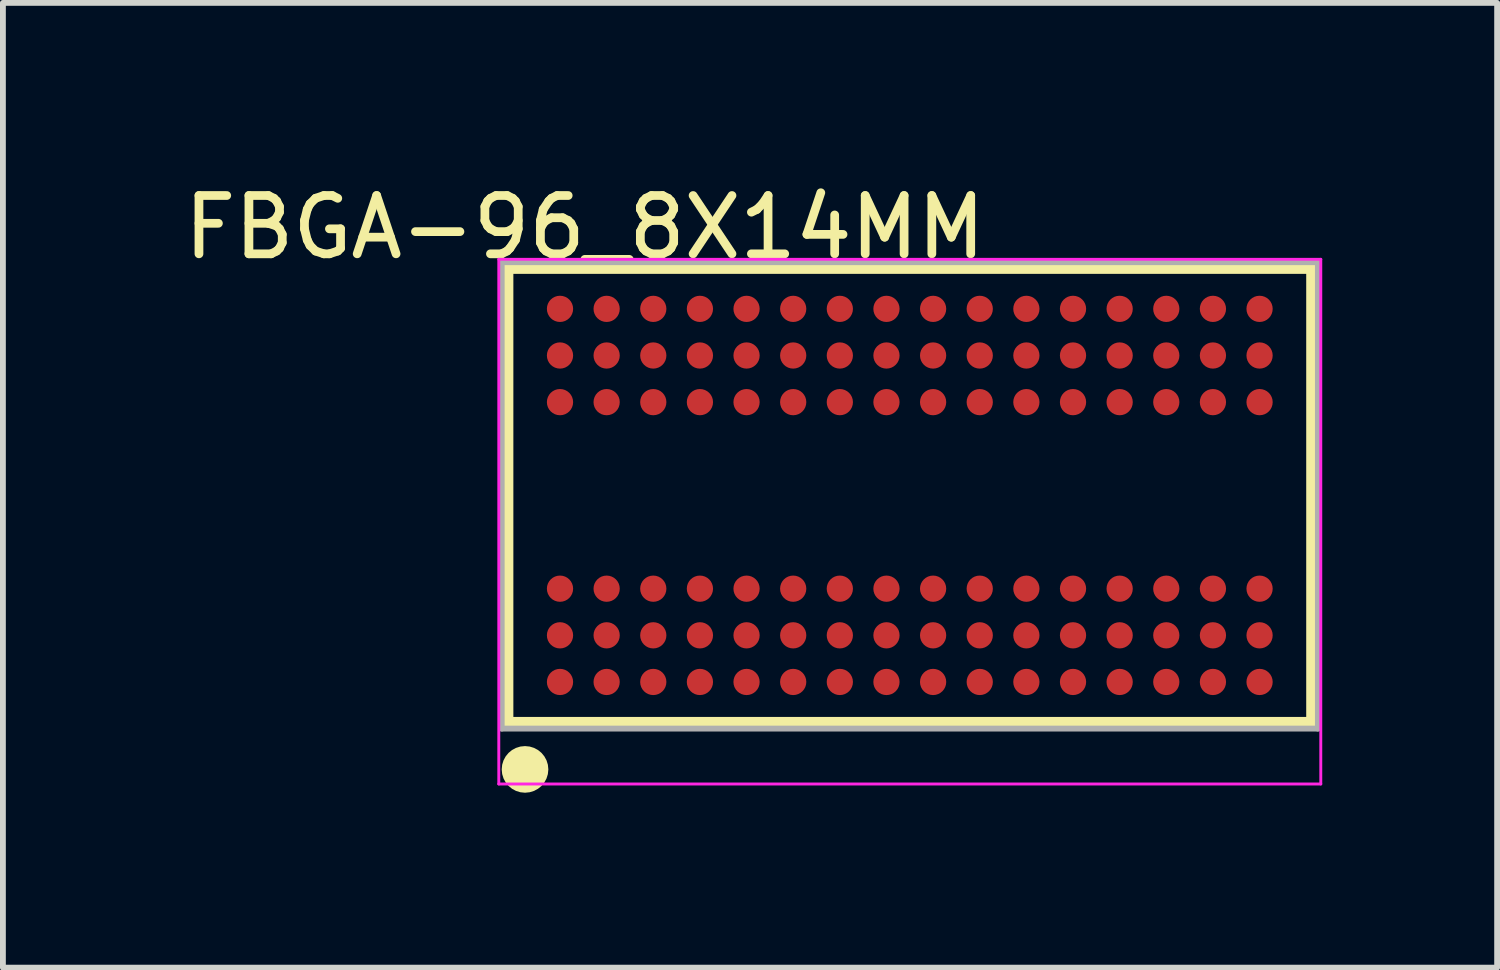
<source format=kicad_pcb>
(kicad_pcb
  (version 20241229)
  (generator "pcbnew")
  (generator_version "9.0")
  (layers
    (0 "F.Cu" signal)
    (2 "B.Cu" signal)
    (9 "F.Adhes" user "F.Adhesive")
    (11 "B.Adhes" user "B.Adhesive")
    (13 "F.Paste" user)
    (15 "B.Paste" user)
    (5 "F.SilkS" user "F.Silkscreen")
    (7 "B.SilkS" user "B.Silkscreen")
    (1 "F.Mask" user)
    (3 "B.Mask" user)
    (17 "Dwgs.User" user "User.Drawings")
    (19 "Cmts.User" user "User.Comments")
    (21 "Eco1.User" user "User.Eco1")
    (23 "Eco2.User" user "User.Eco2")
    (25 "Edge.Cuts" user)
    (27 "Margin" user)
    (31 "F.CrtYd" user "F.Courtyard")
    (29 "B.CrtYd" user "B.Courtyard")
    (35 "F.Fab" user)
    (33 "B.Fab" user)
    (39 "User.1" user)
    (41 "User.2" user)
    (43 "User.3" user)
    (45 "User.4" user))
  (footprint "FBGA-96_8X14MM"
    (layer "F.Cu")
    (at 12.556 5.448)
    (property "Reference" "FBGA-96_8X14MM" (at -5.574 -4.599 0) (layer "F.SilkS") (effects (font (size 1 1) (thickness 0.15))))
    (attr through_hole)
    (fp_line (start -6.9 -3.9) (end 6.9 -3.9) (stroke (width 0.2) (type solid)) (layer "F.SilkS"))
    (fp_line (start -6.9 3.9) (end -6.9 -3.9) (stroke (width 0.2) (type solid)) (layer "F.SilkS"))
    (fp_line (start -6.9 3.9) (end 6.9 3.9) (stroke (width 0.2) (type solid)) (layer "F.SilkS"))
    (fp_line (start 6.9 3.9) (end 6.9 -3.9) (stroke (width 0.2) (type solid)) (layer "F.SilkS"))
    (fp_circle (center -6.6 4.7) (end -6.4 4.7) (stroke (width 0.4) (type solid)) (fill no) (layer "F.SilkS"))
    (fp_line (start -7.05 -4.05) (end 7.05 -4.05) (stroke (width 0.05) (type solid)) (layer "F.CrtYd"))
    (fp_line (start -7.05 4.95) (end -7.05 -4.05) (stroke (width 0.05) (type solid)) (layer "F.CrtYd"))
    (fp_line (start 7.05 -4.05) (end 7.05 4.95) (stroke (width 0.05) (type solid)) (layer "F.CrtYd"))
    (fp_line (start 7.05 4.95) (end -7.05 4.95) (stroke (width 0.05) (type solid)) (layer "F.CrtYd"))
    (fp_line (start -7 -4) (end 7 -4) (stroke (width 0.1) (type solid)) (layer "F.Fab"))
    (fp_line (start -7 4) (end -7 -4) (stroke (width 0.1) (type solid)) (layer "F.Fab"))
    (fp_line (start -7 4) (end 7 4) (stroke (width 0.1) (type solid)) (layer "F.Fab"))
    (fp_line (start 7 4) (end 7 -4) (stroke (width 0.1) (type solid)) (layer "F.Fab"))
    (pad "A1" smd oval (at -6 3.2 90) (size 0.45 0.45) (layers "F.Cu" "F.Mask" "F.Paste"))
    (pad "A2" smd oval (at -6 2.4 90) (size 0.45 0.45) (layers "F.Cu" "F.Mask" "F.Paste"))
    (pad "A3" smd oval (at -6 1.6 90) (size 0.45 0.45) (layers "F.Cu" "F.Mask" "F.Paste"))
    (pad "A7" smd oval (at -6 -1.6 90) (size 0.45 0.45) (layers "F.Cu" "F.Mask" "F.Paste"))
    (pad "A8" smd oval (at -6 -2.4 90) (size 0.45 0.45) (layers "F.Cu" "F.Mask" "F.Paste"))
    (pad "A9" smd oval (at -6 -3.2 90) (size 0.45 0.45) (layers "F.Cu" "F.Mask" "F.Paste"))
    (pad "B1" smd oval (at -5.2 3.2 90) (size 0.45 0.45) (layers "F.Cu" "F.Mask" "F.Paste"))
    (pad "B2" smd oval (at -5.2 2.4 90) (size 0.45 0.45) (layers "F.Cu" "F.Mask" "F.Paste"))
    (pad "B3" smd oval (at -5.2 1.6 90) (size 0.45 0.45) (layers "F.Cu" "F.Mask" "F.Paste"))
    (pad "B7" smd oval (at -5.2 -1.6 90) (size 0.45 0.45) (layers "F.Cu" "F.Mask" "F.Paste"))
    (pad "B8" smd oval (at -5.2 -2.4 90) (size 0.45 0.45) (layers "F.Cu" "F.Mask" "F.Paste"))
    (pad "B9" smd oval (at -5.2 -3.2 90) (size 0.45 0.45) (layers "F.Cu" "F.Mask" "F.Paste"))
    (pad "C1" smd oval (at -4.4 3.2 90) (size 0.45 0.45) (layers "F.Cu" "F.Mask" "F.Paste"))
    (pad "C2" smd oval (at -4.4 2.4 90) (size 0.45 0.45) (layers "F.Cu" "F.Mask" "F.Paste"))
    (pad "C3" smd oval (at -4.4 1.6 90) (size 0.45 0.45) (layers "F.Cu" "F.Mask" "F.Paste"))
    (pad "C7" smd oval (at -4.4 -1.6 90) (size 0.45 0.45) (layers "F.Cu" "F.Mask" "F.Paste"))
    (pad "C8" smd oval (at -4.4 -2.4 90) (size 0.45 0.45) (layers "F.Cu" "F.Mask" "F.Paste"))
    (pad "C9" smd oval (at -4.4 -3.2 90) (size 0.45 0.45) (layers "F.Cu" "F.Mask" "F.Paste"))
    (pad "D1" smd oval (at -3.6 3.2 90) (size 0.45 0.45) (layers "F.Cu" "F.Mask" "F.Paste"))
    (pad "D2" smd oval (at -3.6 2.4 90) (size 0.45 0.45) (layers "F.Cu" "F.Mask" "F.Paste"))
    (pad "D3" smd oval (at -3.6 1.6 90) (size 0.45 0.45) (layers "F.Cu" "F.Mask" "F.Paste"))
    (pad "D7" smd oval (at -3.6 -1.6 90) (size 0.45 0.45) (layers "F.Cu" "F.Mask" "F.Paste"))
    (pad "D8" smd oval (at -3.6 -2.4 90) (size 0.45 0.45) (layers "F.Cu" "F.Mask" "F.Paste"))
    (pad "D9" smd oval (at -3.6 -3.2 90) (size 0.45 0.45) (layers "F.Cu" "F.Mask" "F.Paste"))
    (pad "E1" smd oval (at -2.8 3.2 90) (size 0.45 0.45) (layers "F.Cu" "F.Mask" "F.Paste"))
    (pad "E2" smd oval (at -2.8 2.4 90) (size 0.45 0.45) (layers "F.Cu" "F.Mask" "F.Paste"))
    (pad "E3" smd oval (at -2.8 1.6 90) (size 0.45 0.45) (layers "F.Cu" "F.Mask" "F.Paste"))
    (pad "E7" smd oval (at -2.8 -1.6 90) (size 0.45 0.45) (layers "F.Cu" "F.Mask" "F.Paste"))
    (pad "E8" smd oval (at -2.8 -2.4 90) (size 0.45 0.45) (layers "F.Cu" "F.Mask" "F.Paste"))
    (pad "E9" smd oval (at -2.8 -3.2 90) (size 0.45 0.45) (layers "F.Cu" "F.Mask" "F.Paste"))
    (pad "F1" smd oval (at -2 3.2 90) (size 0.45 0.45) (layers "F.Cu" "F.Mask" "F.Paste"))
    (pad "F2" smd oval (at -2 2.4 90) (size 0.45 0.45) (layers "F.Cu" "F.Mask" "F.Paste"))
    (pad "F3" smd oval (at -2 1.6 90) (size 0.45 0.45) (layers "F.Cu" "F.Mask" "F.Paste"))
    (pad "F7" smd oval (at -2 -1.6 90) (size 0.45 0.45) (layers "F.Cu" "F.Mask" "F.Paste"))
    (pad "F8" smd oval (at -2 -2.4 90) (size 0.45 0.45) (layers "F.Cu" "F.Mask" "F.Paste"))
    (pad "F9" smd oval (at -2 -3.2 90) (size 0.45 0.45) (layers "F.Cu" "F.Mask" "F.Paste"))
    (pad "G1" smd oval (at -1.2 3.2 90) (size 0.45 0.45) (layers "F.Cu" "F.Mask" "F.Paste"))
    (pad "G2" smd oval (at -1.2 2.4 90) (size 0.45 0.45) (layers "F.Cu" "F.Mask" "F.Paste"))
    (pad "G3" smd oval (at -1.2 1.6 90) (size 0.45 0.45) (layers "F.Cu" "F.Mask" "F.Paste"))
    (pad "G7" smd oval (at -1.2 -1.6 90) (size 0.45 0.45) (layers "F.Cu" "F.Mask" "F.Paste"))
    (pad "G8" smd oval (at -1.2 -2.4 90) (size 0.45 0.45) (layers "F.Cu" "F.Mask" "F.Paste"))
    (pad "G9" smd oval (at -1.2 -3.2 90) (size 0.45 0.45) (layers "F.Cu" "F.Mask" "F.Paste"))
    (pad "H1" smd oval (at -0.4 3.2 90) (size 0.45 0.45) (layers "F.Cu" "F.Mask" "F.Paste"))
    (pad "H2" smd oval (at -0.4 2.4 90) (size 0.45 0.45) (layers "F.Cu" "F.Mask" "F.Paste"))
    (pad "H3" smd oval (at -0.4 1.6 90) (size 0.45 0.45) (layers "F.Cu" "F.Mask" "F.Paste"))
    (pad "H7" smd oval (at -0.4 -1.6 90) (size 0.45 0.45) (layers "F.Cu" "F.Mask" "F.Paste"))
    (pad "H8" smd oval (at -0.4 -2.4 90) (size 0.45 0.45) (layers "F.Cu" "F.Mask" "F.Paste"))
    (pad "H9" smd oval (at -0.4 -3.2 90) (size 0.45 0.45) (layers "F.Cu" "F.Mask" "F.Paste"))
    (pad "J1" smd oval (at 0.4 3.2 90) (size 0.45 0.45) (layers "F.Cu" "F.Mask" "F.Paste"))
    (pad "J2" smd oval (at 0.4 2.4 90) (size 0.45 0.45) (layers "F.Cu" "F.Mask" "F.Paste"))
    (pad "J3" smd oval (at 0.4 1.6 90) (size 0.45 0.45) (layers "F.Cu" "F.Mask" "F.Paste"))
    (pad "J7" smd oval (at 0.4 -1.6 90) (size 0.45 0.45) (layers "F.Cu" "F.Mask" "F.Paste"))
    (pad "J8" smd oval (at 0.4 -2.4 90) (size 0.45 0.45) (layers "F.Cu" "F.Mask" "F.Paste"))
    (pad "J9" smd oval (at 0.4 -3.2 90) (size 0.45 0.45) (layers "F.Cu" "F.Mask" "F.Paste"))
    (pad "K1" smd oval (at 1.2 3.2 90) (size 0.45 0.45) (layers "F.Cu" "F.Mask" "F.Paste"))
    (pad "K2" smd oval (at 1.2 2.4 90) (size 0.45 0.45) (layers "F.Cu" "F.Mask" "F.Paste"))
    (pad "K3" smd oval (at 1.2 1.6 90) (size 0.45 0.45) (layers "F.Cu" "F.Mask" "F.Paste"))
    (pad "K7" smd oval (at 1.2 -1.6 90) (size 0.45 0.45) (layers "F.Cu" "F.Mask" "F.Paste"))
    (pad "K8" smd oval (at 1.2 -2.4 90) (size 0.45 0.45) (layers "F.Cu" "F.Mask" "F.Paste"))
    (pad "K9" smd oval (at 1.2 -3.2 90) (size 0.45 0.45) (layers "F.Cu" "F.Mask" "F.Paste"))
    (pad "L1" smd oval (at 2 3.2 90) (size 0.45 0.45) (layers "F.Cu" "F.Mask" "F.Paste"))
    (pad "L2" smd oval (at 2 2.4 90) (size 0.45 0.45) (layers "F.Cu" "F.Mask" "F.Paste"))
    (pad "L3" smd oval (at 2 1.6 90) (size 0.45 0.45) (layers "F.Cu" "F.Mask" "F.Paste"))
    (pad "L7" smd oval (at 2 -1.6 90) (size 0.45 0.45) (layers "F.Cu" "F.Mask" "F.Paste"))
    (pad "L8" smd oval (at 2 -2.4 90) (size 0.45 0.45) (layers "F.Cu" "F.Mask" "F.Paste"))
    (pad "L9" smd oval (at 2 -3.2 90) (size 0.45 0.45) (layers "F.Cu" "F.Mask" "F.Paste"))
    (pad "M1" smd oval (at 2.8 3.2 90) (size 0.45 0.45) (layers "F.Cu" "F.Mask" "F.Paste"))
    (pad "M2" smd oval (at 2.8 2.4 90) (size 0.45 0.45) (layers "F.Cu" "F.Mask" "F.Paste"))
    (pad "M3" smd oval (at 2.8 1.6 90) (size 0.45 0.45) (layers "F.Cu" "F.Mask" "F.Paste"))
    (pad "M7" smd oval (at 2.8 -1.6 90) (size 0.45 0.45) (layers "F.Cu" "F.Mask" "F.Paste"))
    (pad "M8" smd oval (at 2.8 -2.4 90) (size 0.45 0.45) (layers "F.Cu" "F.Mask" "F.Paste"))
    (pad "M9" smd oval (at 2.8 -3.2 90) (size 0.45 0.45) (layers "F.Cu" "F.Mask" "F.Paste"))
    (pad "N1" smd oval (at 3.6 3.2 90) (size 0.45 0.45) (layers "F.Cu" "F.Mask" "F.Paste"))
    (pad "N2" smd oval (at 3.6 2.4 90) (size 0.45 0.45) (layers "F.Cu" "F.Mask" "F.Paste"))
    (pad "N3" smd oval (at 3.6 1.6 90) (size 0.45 0.45) (layers "F.Cu" "F.Mask" "F.Paste"))
    (pad "N7" smd oval (at 3.6 -1.6 90) (size 0.45 0.45) (layers "F.Cu" "F.Mask" "F.Paste"))
    (pad "N8" smd oval (at 3.6 -2.4 90) (size 0.45 0.45) (layers "F.Cu" "F.Mask" "F.Paste"))
    (pad "N9" smd oval (at 3.6 -3.2 90) (size 0.45 0.45) (layers "F.Cu" "F.Mask" "F.Paste"))
    (pad "P1" smd oval (at 4.4 3.2 90) (size 0.45 0.45) (layers "F.Cu" "F.Mask" "F.Paste"))
    (pad "P2" smd oval (at 4.4 2.4 90) (size 0.45 0.45) (layers "F.Cu" "F.Mask" "F.Paste"))
    (pad "P3" smd oval (at 4.4 1.6 90) (size 0.45 0.45) (layers "F.Cu" "F.Mask" "F.Paste"))
    (pad "P7" smd oval (at 4.4 -1.6 90) (size 0.45 0.45) (layers "F.Cu" "F.Mask" "F.Paste"))
    (pad "P8" smd oval (at 4.4 -2.4 90) (size 0.45 0.45) (layers "F.Cu" "F.Mask" "F.Paste"))
    (pad "P9" smd oval (at 4.4 -3.2 90) (size 0.45 0.45) (layers "F.Cu" "F.Mask" "F.Paste"))
    (pad "R1" smd oval (at 5.2 3.2 90) (size 0.45 0.45) (layers "F.Cu" "F.Mask" "F.Paste"))
    (pad "R2" smd oval (at 5.2 2.4 90) (size 0.45 0.45) (layers "F.Cu" "F.Mask" "F.Paste"))
    (pad "R3" smd oval (at 5.2 1.6 90) (size 0.45 0.45) (layers "F.Cu" "F.Mask" "F.Paste"))
    (pad "R7" smd oval (at 5.2 -1.6 90) (size 0.45 0.45) (layers "F.Cu" "F.Mask" "F.Paste"))
    (pad "R8" smd oval (at 5.2 -2.4 90) (size 0.45 0.45) (layers "F.Cu" "F.Mask" "F.Paste"))
    (pad "R9" smd oval (at 5.2 -3.2 90) (size 0.45 0.45) (layers "F.Cu" "F.Mask" "F.Paste"))
    (pad "T1" smd oval (at 6 3.2 90) (size 0.45 0.45) (layers "F.Cu" "F.Mask" "F.Paste"))
    (pad "T2" smd oval (at 6 2.4 90) (size 0.45 0.45) (layers "F.Cu" "F.Mask" "F.Paste"))
    (pad "T3" smd oval (at 6 1.6 90) (size 0.45 0.45) (layers "F.Cu" "F.Mask" "F.Paste"))
    (pad "T7" smd oval (at 6 -1.6 90) (size 0.45 0.45) (layers "F.Cu" "F.Mask" "F.Paste"))
    (pad "T8" smd oval (at 6 -2.4 90) (size 0.45 0.45) (layers "F.Cu" "F.Mask" "F.Paste"))
    (pad "T9" smd oval (at 6 -3.2 90) (size 0.45 0.45) (layers "F.Cu" "F.Mask" "F.Paste")))
  (gr_rect
    (start -3 -3)
    (end 22.631 13.548)
    (stroke (width 0.1) (type default))
    (fill no)
    (layer "Edge.Cuts")))
</source>
